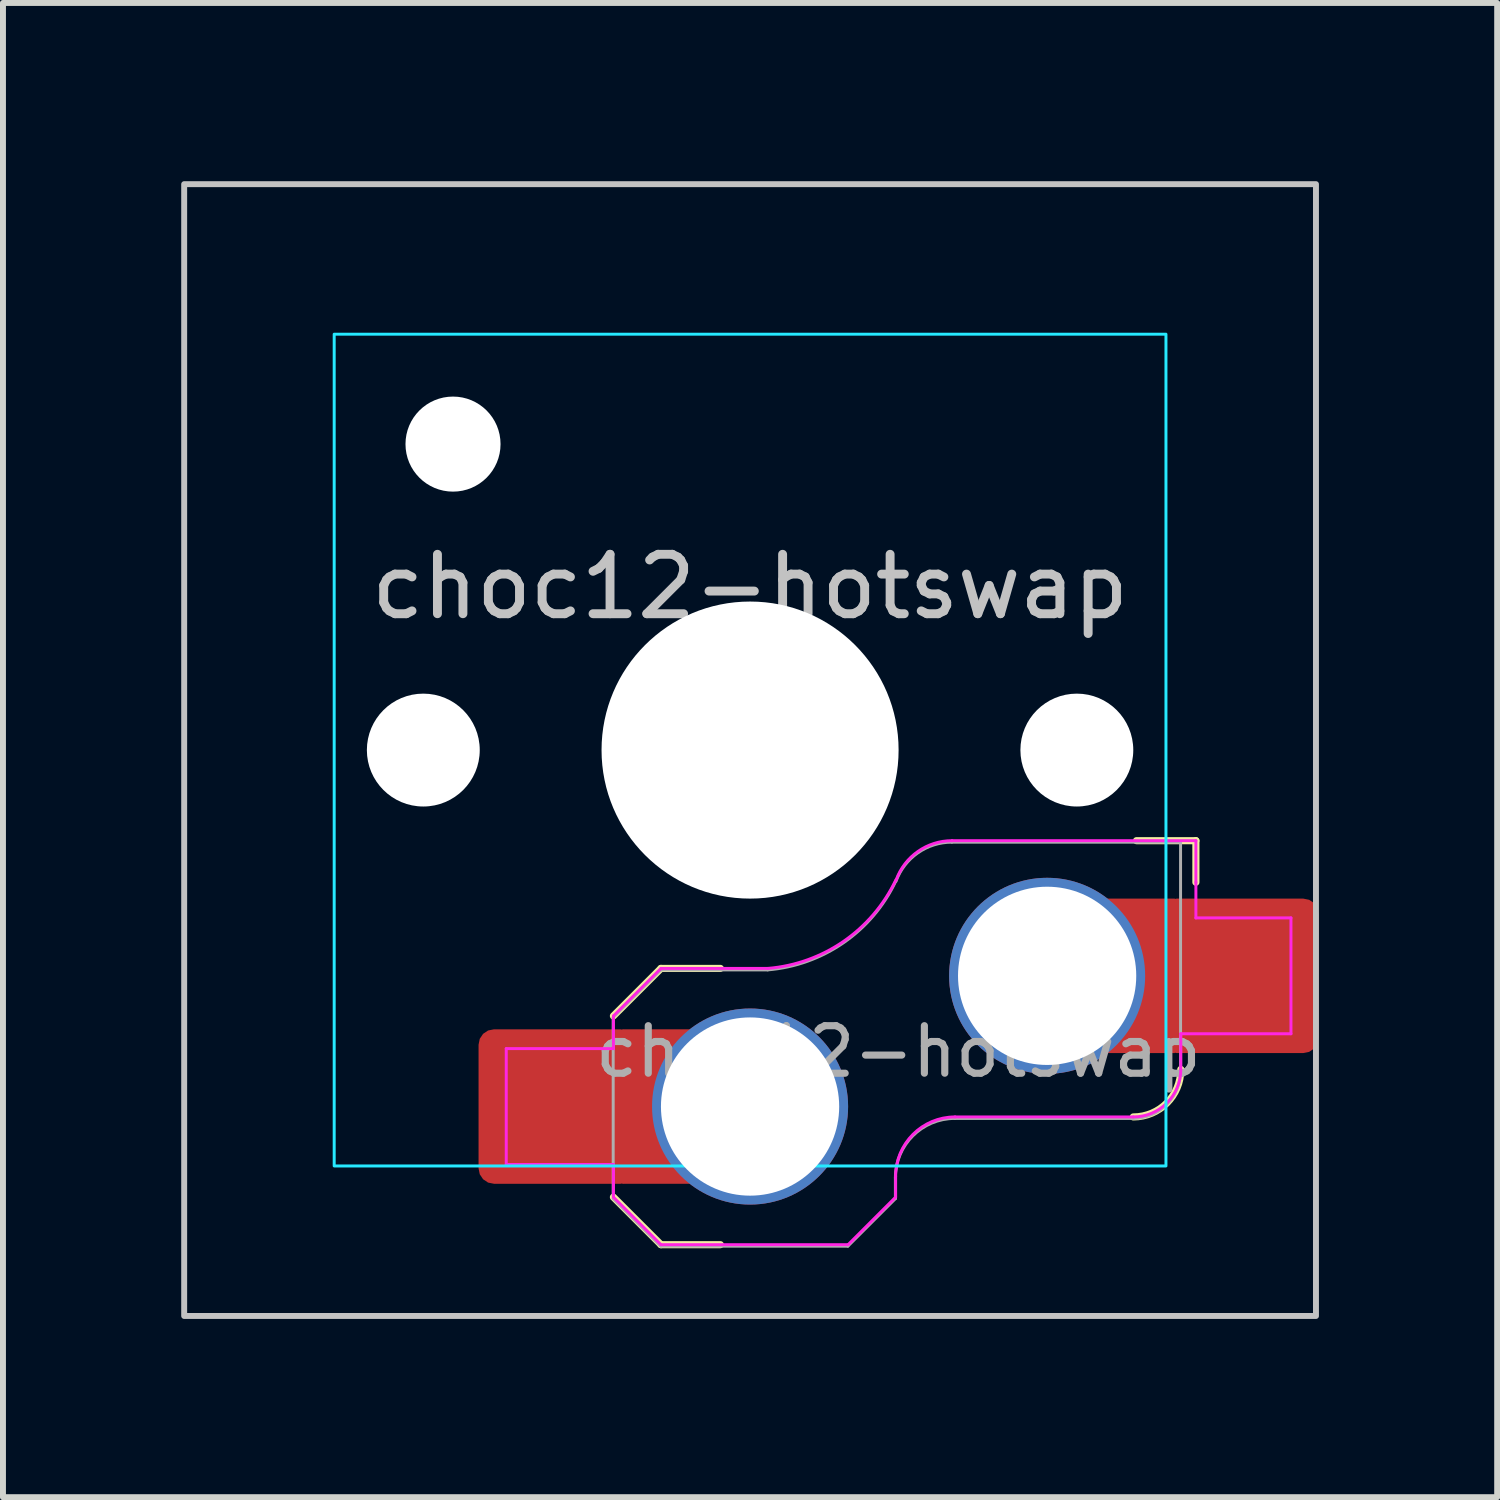
<source format=kicad_pcb>
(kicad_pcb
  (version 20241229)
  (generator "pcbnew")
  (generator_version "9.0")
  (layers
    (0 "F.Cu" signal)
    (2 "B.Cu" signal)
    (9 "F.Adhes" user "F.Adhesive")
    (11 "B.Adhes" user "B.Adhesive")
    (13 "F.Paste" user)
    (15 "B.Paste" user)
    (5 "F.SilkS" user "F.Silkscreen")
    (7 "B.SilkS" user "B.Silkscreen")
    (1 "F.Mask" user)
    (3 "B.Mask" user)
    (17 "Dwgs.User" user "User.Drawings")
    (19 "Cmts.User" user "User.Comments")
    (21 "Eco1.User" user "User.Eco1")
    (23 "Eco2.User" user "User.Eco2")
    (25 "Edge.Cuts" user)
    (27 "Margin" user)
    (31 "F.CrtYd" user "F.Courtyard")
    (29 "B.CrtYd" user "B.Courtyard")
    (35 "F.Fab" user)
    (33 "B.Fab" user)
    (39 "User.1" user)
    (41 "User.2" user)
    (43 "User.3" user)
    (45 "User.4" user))
  (footprint "choc12-hotswap"
    (layer "F.Cu")
    (at 9.575 9.575)
    (property "Reference" "choc12-hotswap" (at 0 -2.75 0) (layer "Dwgs.User") (effects (font (size 1 1) (thickness 0.15))))
    (attr smd)
    (fp_line (start -2.3 7.525) (end -1.5 8.325) (stroke (width 0.12) (type solid)) (layer "F.SilkS"))
    (fp_line (start -1.5 3.675) (end -2.3 4.475) (stroke (width 0.12) (type solid)) (layer "F.SilkS"))
    (fp_line (start -1.5 3.675) (end -0.5 3.675) (stroke (width 0.12) (type solid)) (layer "F.SilkS"))
    (fp_line (start -1.5 8.325) (end -0.5 8.325) (stroke (width 0.12) (type solid)) (layer "F.SilkS"))
    (fp_line (start 7.504 1.525) (end 6.504 1.525) (stroke (width 0.12) (type solid)) (layer "F.SilkS"))
    (fp_line (start 7.504 1.525) (end 7.504 2.225) (stroke (width 0.12) (type solid)) (layer "F.SilkS"))
    (fp_arc (start 7.25 5.375) (mid 7.015685 5.940685) (end 6.45 6.175) (stroke (width 0.12) (type solid)) (layer "F.SilkS"))
    (fp_rect (start -9.525 -9.525) (end 9.525 9.525) (stroke (width 0.1) (type default)) (fill no) (layer "Dwgs.User"))
    (fp_line (start -6.95 6.45) (end -6.95 -6.45) (stroke (width 0.05) (type solid)) (layer "Eco2.User"))
    (fp_line (start -6.45 -6.95) (end 6.45 -6.95) (stroke (width 0.05) (type solid)) (layer "Eco2.User"))
    (fp_line (start 6.45 6.95) (end -6.45 6.95) (stroke (width 0.05) (type solid)) (layer "Eco2.User"))
    (fp_line (start 6.95 -6.45) (end 6.95 6.45) (stroke (width 0.05) (type solid)) (layer "Eco2.User"))
    (fp_arc (start -6.95 -6.45) (mid -6.803553 -6.803553) (end -6.45 -6.95) (stroke (width 0.05) (type solid)) (layer "Eco2.User"))
    (fp_arc (start -6.45 6.95) (mid -6.803553 6.803553) (end -6.95 6.45) (stroke (width 0.05) (type solid)) (layer "Eco2.User"))
    (fp_arc (start 6.45 -6.95) (mid 6.803553 -6.803553) (end 6.95 -6.45) (stroke (width 0.05) (type solid)) (layer "Eco2.User"))
    (fp_arc (start 6.95 6.45) (mid 6.803553 6.803553) (end 6.45 6.95) (stroke (width 0.05) (type solid)) (layer "Eco2.User"))
    (fp_arc (start 6.95 6.45) (mid 6.803553 6.803553) (end 6.45 6.95) (stroke (width 0.05) (type solid)) (layer "Eco2.User"))
    (fp_rect (start -7 -7) (end 7 7) (stroke (width 0.05) (type default)) (fill no) (layer "B.CrtYd"))
    (fp_line (start -4.104 5.025) (end -4.104 6.975) (stroke (width 0.05) (type solid)) (layer "F.CrtYd"))
    (fp_line (start -4.104 5.025) (end -2.3 5.025) (stroke (width 0.05) (type solid)) (layer "F.CrtYd"))
    (fp_line (start -4.104 6.975) (end -2.3 6.975) (stroke (width 0.05) (type solid)) (layer "F.CrtYd"))
    (fp_line (start -2.3 5.025) (end -2.3 4.475) (stroke (width 0.05) (type solid)) (layer "F.CrtYd"))
    (fp_line (start -2.3 7.525) (end -2.3 6.975) (stroke (width 0.05) (type solid)) (layer "F.CrtYd"))
    (fp_line (start -2.3 7.525) (end -1.5 8.325) (stroke (width 0.05) (type solid)) (layer "F.CrtYd"))
    (fp_line (start -1.5 3.675) (end -2.3 4.475) (stroke (width 0.05) (type solid)) (layer "F.CrtYd"))
    (fp_line (start -1.5 3.675) (end 0.3 3.675) (stroke (width 0.05) (type solid)) (layer "F.CrtYd"))
    (fp_line (start -1.5 8.325) (end 1.65 8.325) (stroke (width 0.05) (type solid)) (layer "F.CrtYd"))
    (fp_line (start 2.45 7.525) (end 1.65 8.325) (stroke (width 0.05) (type solid)) (layer "F.CrtYd"))
    (fp_line (start 2.45 7.525) (end 2.45 7.175) (stroke (width 0.05) (type solid)) (layer "F.CrtYd"))
    (fp_line (start 3.45 6.175) (end 6.45 6.175) (stroke (width 0.05) (type solid)) (layer "F.CrtYd"))
    (fp_line (start 7.25 4.775) (end 9.104 4.775) (stroke (width 0.05) (type solid)) (layer "F.CrtYd"))
    (fp_line (start 7.25 5.375) (end 7.25 4.775) (stroke (width 0.05) (type solid)) (layer "F.CrtYd"))
    (fp_line (start 7.504 1.525) (end 3.4 1.525) (stroke (width 0.05) (type solid)) (layer "F.CrtYd"))
    (fp_line (start 7.504 1.525) (end 7.504 2.225) (stroke (width 0.05) (type solid)) (layer "F.CrtYd"))
    (fp_line (start 7.504 2.225) (end 7.504 2.825) (stroke (width 0.05) (type solid)) (layer "F.CrtYd"))
    (fp_line (start 9.104 2.825) (end 7.504 2.825) (stroke (width 0.05) (type solid)) (layer "F.CrtYd"))
    (fp_line (start 9.104 4.775) (end 9.104 2.825) (stroke (width 0.05) (type solid)) (layer "F.CrtYd"))
    (fp_arc (start 2.45 7.175) (mid 2.742893 6.467893) (end 3.45 6.175) (stroke (width 0.05) (type solid)) (layer "F.CrtYd"))
    (fp_arc (start 2.455444 2.18293) (mid 1.577272 3.217235) (end 0.299999 3.674999) (stroke (width 0.05) (type solid)) (layer "F.CrtYd"))
    (fp_arc (start 2.460307 2.18298) (mid 2.826423 1.705848) (end 3.4 1.525) (stroke (width 0.05) (type solid)) (layer "F.CrtYd"))
    (fp_arc (start 7.25 5.375) (mid 7.015685 5.940685) (end 6.45 6.175) (stroke (width 0.05) (type solid)) (layer "F.CrtYd"))
    (fp_line (start -2.304 7.55) (end -2.304 4.5) (stroke (width 0.05) (type solid)) (layer "F.Fab"))
    (fp_line (start -2.304 7.55) (end -1.504 8.35) (stroke (width 0.05) (type solid)) (layer "F.Fab"))
    (fp_line (start -1.504 3.7) (end -2.304 4.5) (stroke (width 0.05) (type solid)) (layer "F.Fab"))
    (fp_line (start -1.504 3.7) (end 0.296 3.7) (stroke (width 0.05) (type solid)) (layer "F.Fab"))
    (fp_line (start -1.504 8.35) (end 1.646 8.35) (stroke (width 0.05) (type solid)) (layer "F.Fab"))
    (fp_line (start 2.446 7.55) (end 1.646 8.35) (stroke (width 0.05) (type solid)) (layer "F.Fab"))
    (fp_line (start 2.446 7.55) (end 2.446 7.2) (stroke (width 0.05) (type solid)) (layer "F.Fab"))
    (fp_line (start 3.446 6.2) (end 6.446 6.2) (stroke (width 0.05) (type solid)) (layer "F.Fab"))
    (fp_line (start 7.246 1.55) (end 3.396 1.55) (stroke (width 0.05) (type solid)) (layer "F.Fab"))
    (fp_line (start 7.246 5.4) (end 7.246 1.55) (stroke (width 0.05) (type solid)) (layer "F.Fab"))
    (fp_arc (start 2.446 7.2) (mid 2.738893 6.492893) (end 3.446 6.2) (stroke (width 0.05) (type solid)) (layer "F.Fab"))
    (fp_arc (start 2.451444 2.20793) (mid 1.573272 3.242235) (end 0.295999 3.699999) (stroke (width 0.05) (type solid)) (layer "F.Fab"))
    (fp_arc (start 2.456307 2.20798) (mid 2.822423 1.730848) (end 3.396 1.55) (stroke (width 0.05) (type solid)) (layer "F.Fab"))
    (fp_arc (start 7.246 5.4) (mid 7.011685 5.965685) (end 6.446 6.2) (stroke (width 0.05) (type solid)) (layer "F.Fab"))
    (fp_text user "${REFERENCE}" (at 2.496 5.075 0) (layer "F.Fab") (effects (font (size 0.8 0.8) (thickness 0.12))))
    (pad "" np_thru_hole circle (at -5.5 0 180) (size 1.9 1.9) (drill 1.9) (layers "*.Cu" "*.Mask"))
    (pad "" np_thru_hole circle (at -5 -5.15 180) (size 1.6 1.6) (drill 1.6) (layers "*.Cu" "F.Mask"))
    (pad "" np_thru_hole circle (at 0 0 180) (size 5 5) (drill 5) (layers "*.Cu" "*.Mask"))
    (pad "" np_thru_hole circle (at 5.5 0 180) (size 1.9 1.9) (drill 1.9) (layers "*.Cu" "*.Mask"))
    (pad "1" thru_hole circle (at 5 3.8) (size 3.3 3.3) (drill 3) (layers "*.Cu" "F.Mask"))
    (pad "1" smd rect (at 6.55 3.8) (size 1.2 2.6) (layers "F.Cu"))
    (pad "1" smd roundrect (at 8.245 3.8) (size 2.65 2.6) (layers "F.Cu" "F.Mask" "F.Paste") (roundrect_rratio 0.1))
    (pad "2" smd roundrect (at -3.245 6) (size 2.65 2.6) (layers "F.Cu" "F.Mask" "F.Paste") (roundrect_rratio 0.1))
    (pad "2" smd rect (at -1.55 6 180) (size 1.2 2.6) (layers "F.Cu"))
    (pad "2" thru_hole circle (at 0 6) (size 3.3 3.3) (drill 3) (layers "*.Cu" "F.Mask")))
  (gr_rect
    (start -3 -3)
    (end 22.15 22.15)
    (stroke (width 0.1) (type default))
    (fill no)
    (layer "Edge.Cuts")))
</source>
